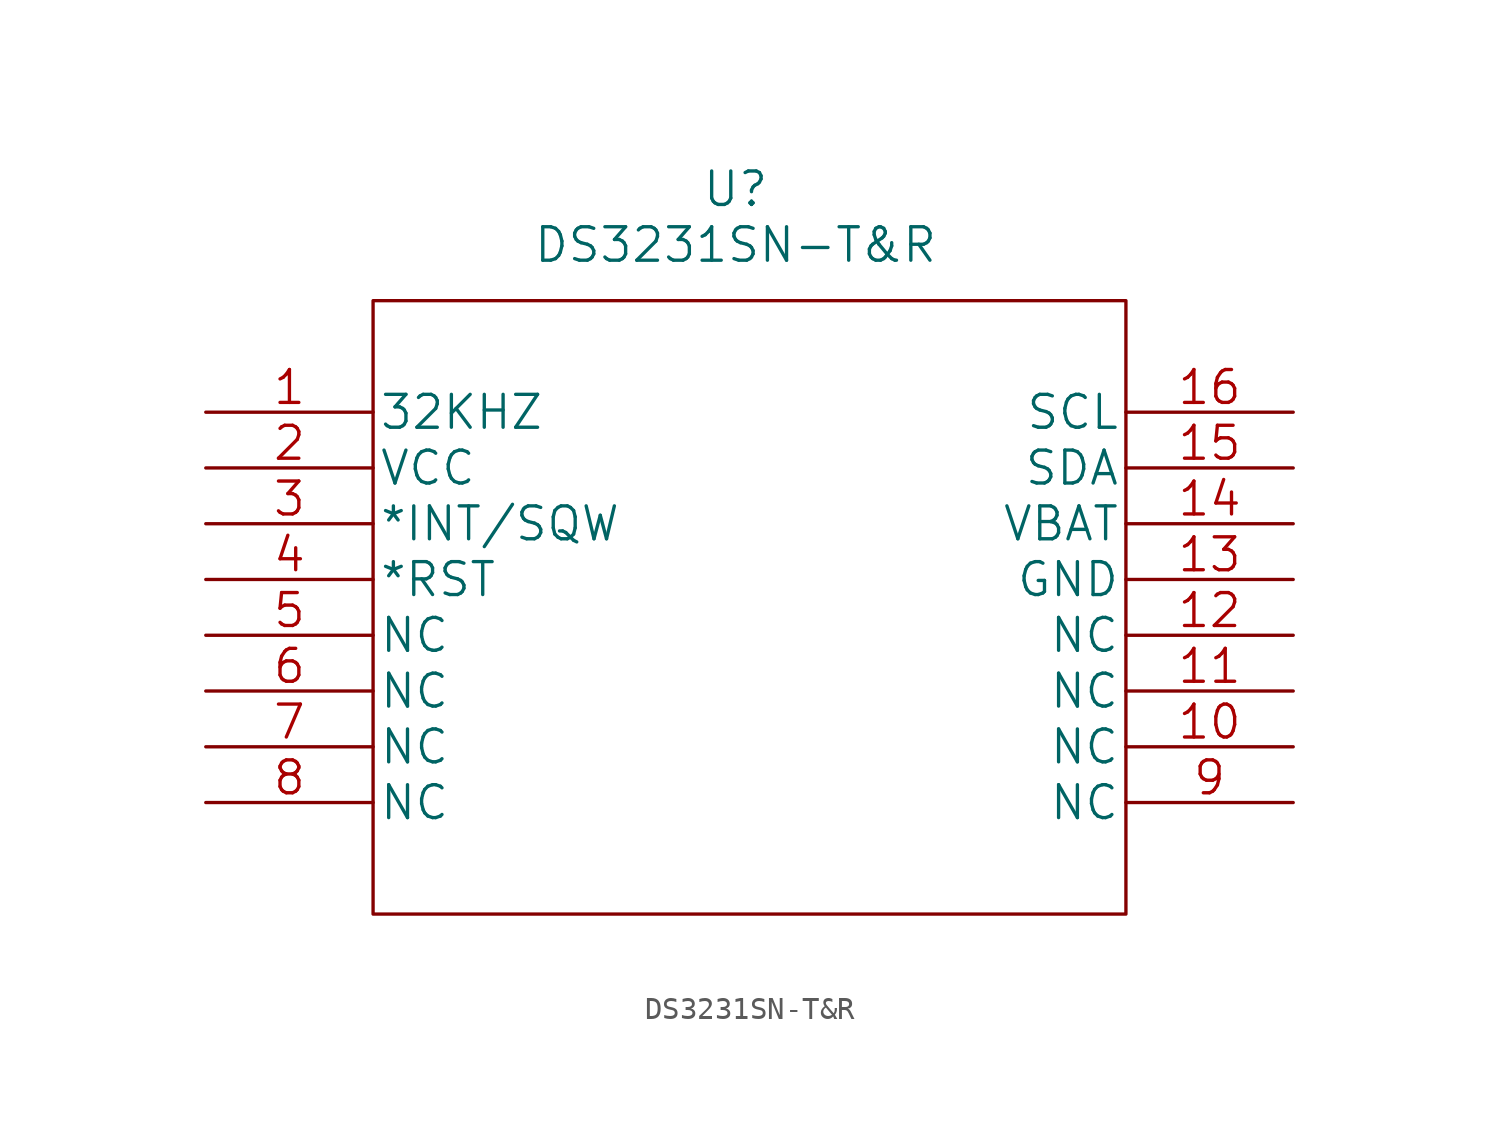
<source format=kicad_sym>
(kicad_symbol_lib
  (version 20211014)
  (generator kicad_symbol_editor)
  (symbol "DS3231SN-T&R"
    (pin_names
      (offset 0.254))
    (property "Reference" "U"
      (at 24.13 10.16 0)
      (effects (font (size 1.524 1.524))))
    (property "Value" "DS3231SN-T&R"
      (at 24.13 7.62 0)
      (effects (font (size 1.524 1.524))))
    (property "Datasheet" ""
      (at 0 0 0)
      (effects (font (size 1.524 1.524))))
    (property "ki_locked" ""
      (at 0 0 0)
      (effects (font (size 1.27 1.27))))
    (symbol "DS3231SN-T&R_1_1"
      (rectangle (start 7.62 5.08) (end 41.91 -22.86) (stroke (width 0) (type default) (color 0 0 0 0)) (fill (type none)))
      (pin unspecified line (at 0 0 0) (length 7.62) (name "32KHZ" (effects (font (size 1.499 1.499)))) (number "1" (effects (font (size 1.499 1.499)))))
      (pin unspecified line (at 49.53 -15.24 180) (length 7.62) (name "NC" (effects (font (size 1.499 1.499)))) (number "10" (effects (font (size 1.499 1.499)))))
      (pin unspecified line (at 49.53 -12.7 180) (length 7.62) (name "NC" (effects (font (size 1.499 1.499)))) (number "11" (effects (font (size 1.499 1.499)))))
      (pin unspecified line (at 49.53 -10.16 180) (length 7.62) (name "NC" (effects (font (size 1.499 1.499)))) (number "12" (effects (font (size 1.499 1.499)))))
      (pin power_in line (at 49.53 -7.62 180) (length 7.62) (name "GND" (effects (font (size 1.499 1.499)))) (number "13" (effects (font (size 1.499 1.499)))))
      (pin power_in line (at 49.53 -5.08 180) (length 7.62) (name "VBAT" (effects (font (size 1.499 1.499)))) (number "14" (effects (font (size 1.499 1.499)))))
      (pin unspecified line (at 49.53 -2.54 180) (length 7.62) (name "SDA" (effects (font (size 1.499 1.499)))) (number "15" (effects (font (size 1.499 1.499)))))
      (pin unspecified line (at 49.53 0 180) (length 7.62) (name "SCL" (effects (font (size 1.499 1.499)))) (number "16" (effects (font (size 1.499 1.499)))))
      (pin power_in line (at 0 -2.54 0) (length 7.62) (name "VCC" (effects (font (size 1.499 1.499)))) (number "2" (effects (font (size 1.499 1.499)))))
      (pin unspecified line (at 0 -5.08 0) (length 7.62) (name "*INT/SQW" (effects (font (size 1.499 1.499)))) (number "3" (effects (font (size 1.499 1.499)))))
      (pin unspecified line (at 0 -7.62 0) (length 7.62) (name "*RST" (effects (font (size 1.499 1.499)))) (number "4" (effects (font (size 1.499 1.499)))))
      (pin unspecified line (at 0 -10.16 0) (length 7.62) (name "NC" (effects (font (size 1.499 1.499)))) (number "5" (effects (font (size 1.499 1.499)))))
      (pin unspecified line (at 0 -12.7 0) (length 7.62) (name "NC" (effects (font (size 1.499 1.499)))) (number "6" (effects (font (size 1.499 1.499)))))
      (pin unspecified line (at 0 -15.24 0) (length 7.62) (name "NC" (effects (font (size 1.499 1.499)))) (number "7" (effects (font (size 1.499 1.499)))))
      (pin unspecified line (at 0 -17.78 0) (length 7.62) (name "NC" (effects (font (size 1.499 1.499)))) (number "8" (effects (font (size 1.499 1.499)))))
      (pin unspecified line (at 49.53 -17.78 180) (length 7.62) (name "NC" (effects (font (size 1.499 1.499)))) (number "9" (effects (font (size 1.499 1.499))))))))
</source>
